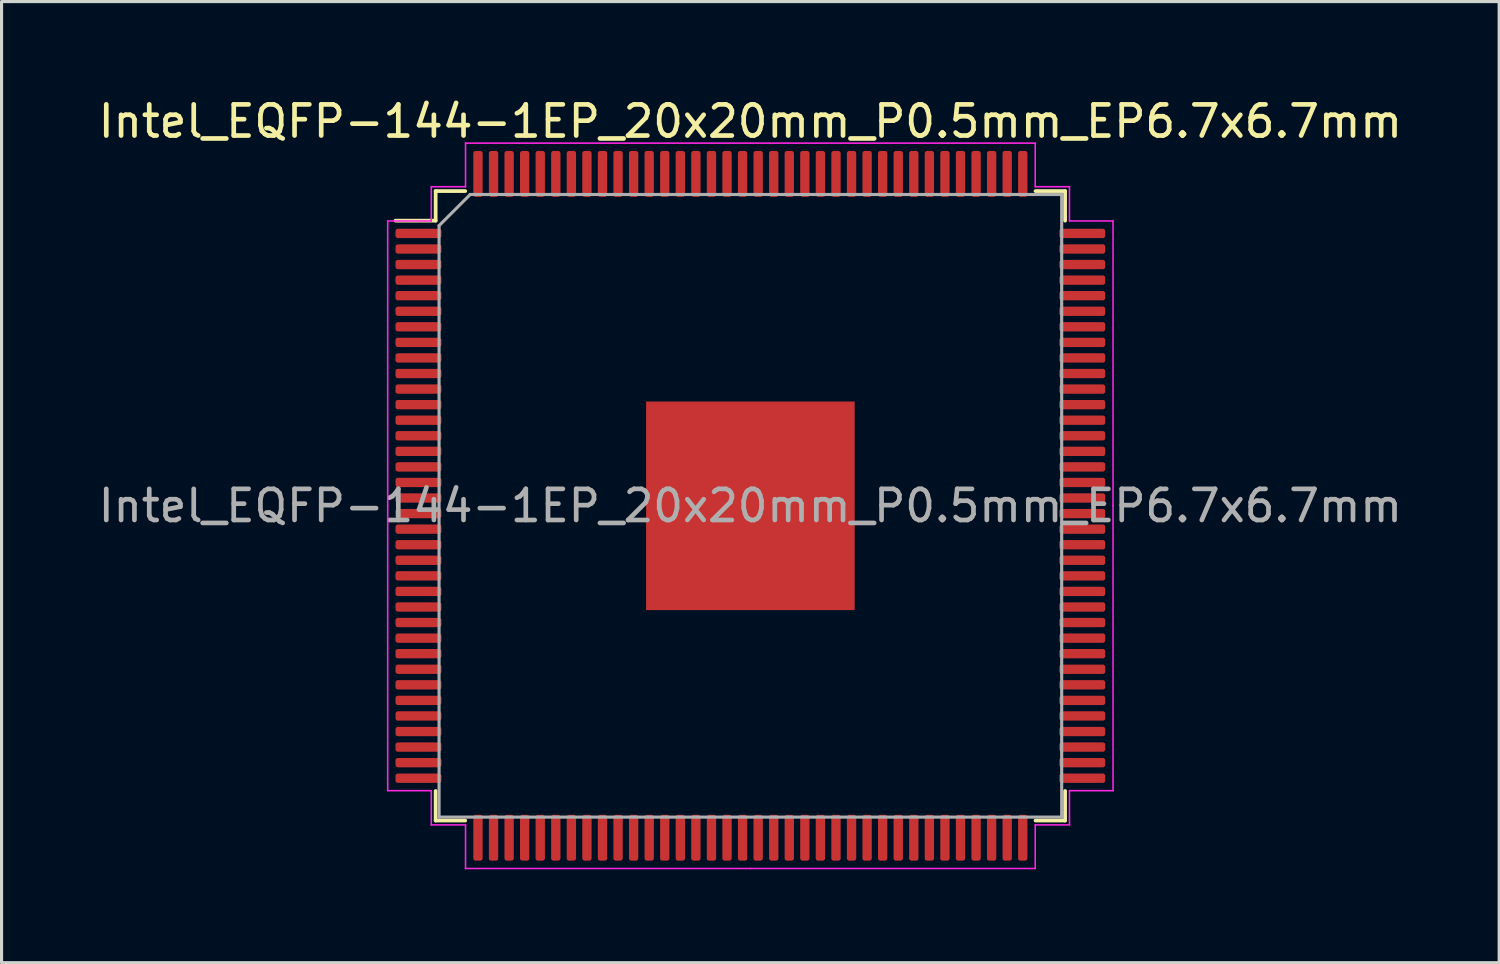
<source format=kicad_pcb>
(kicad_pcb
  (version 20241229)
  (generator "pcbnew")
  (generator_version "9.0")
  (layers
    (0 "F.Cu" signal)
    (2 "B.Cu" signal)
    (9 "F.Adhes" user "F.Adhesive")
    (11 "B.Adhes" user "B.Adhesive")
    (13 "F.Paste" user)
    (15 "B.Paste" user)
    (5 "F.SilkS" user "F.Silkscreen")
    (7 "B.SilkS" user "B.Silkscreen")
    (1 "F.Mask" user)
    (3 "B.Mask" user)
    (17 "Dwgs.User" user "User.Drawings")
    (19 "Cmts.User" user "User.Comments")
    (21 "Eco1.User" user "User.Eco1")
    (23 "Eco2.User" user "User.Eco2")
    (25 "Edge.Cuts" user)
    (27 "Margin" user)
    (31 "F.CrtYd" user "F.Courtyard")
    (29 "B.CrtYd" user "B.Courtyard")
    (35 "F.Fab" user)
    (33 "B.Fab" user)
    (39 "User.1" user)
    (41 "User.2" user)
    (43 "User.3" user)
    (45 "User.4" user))
  (footprint "Intel_EQFP-144-1EP_20x20mm_P0.5mm_EP6.7x6.7mm"
    (layer "F.Cu")
    (at 21.054 13.198)
    (property "Reference" "Intel_EQFP-144-1EP_20x20mm_P0.5mm_EP6.7x6.7mm" (at 0 -12.35 0) (layer "F.SilkS") (effects (font (size 1 1) (thickness 0.15))))
    (attr smd)
    (fp_line (start -10.11 -10.11) (end -10.11 -9.16) (stroke (width 0.12) (type solid)) (layer "F.SilkS"))
    (fp_line (start -10.11 -9.16) (end -11.4 -9.16) (stroke (width 0.12) (type solid)) (layer "F.SilkS"))
    (fp_line (start -10.11 10.11) (end -10.11 9.16) (stroke (width 0.12) (type solid)) (layer "F.SilkS"))
    (fp_line (start -9.16 -10.11) (end -10.11 -10.11) (stroke (width 0.12) (type solid)) (layer "F.SilkS"))
    (fp_line (start -9.16 10.11) (end -10.11 10.11) (stroke (width 0.12) (type solid)) (layer "F.SilkS"))
    (fp_line (start 9.16 -10.11) (end 10.11 -10.11) (stroke (width 0.12) (type solid)) (layer "F.SilkS"))
    (fp_line (start 9.16 10.11) (end 10.11 10.11) (stroke (width 0.12) (type solid)) (layer "F.SilkS"))
    (fp_line (start 10.11 -10.11) (end 10.11 -9.16) (stroke (width 0.12) (type solid)) (layer "F.SilkS"))
    (fp_line (start 10.11 10.11) (end 10.11 9.16) (stroke (width 0.12) (type solid)) (layer "F.SilkS"))
    (fp_line (start -11.65 -9.15) (end -11.65 0) (stroke (width 0.05) (type solid)) (layer "F.CrtYd"))
    (fp_line (start -11.65 9.15) (end -11.65 0) (stroke (width 0.05) (type solid)) (layer "F.CrtYd"))
    (fp_line (start -10.25 -10.25) (end -10.25 -9.15) (stroke (width 0.05) (type solid)) (layer "F.CrtYd"))
    (fp_line (start -10.25 -9.15) (end -11.65 -9.15) (stroke (width 0.05) (type solid)) (layer "F.CrtYd"))
    (fp_line (start -10.25 9.15) (end -11.65 9.15) (stroke (width 0.05) (type solid)) (layer "F.CrtYd"))
    (fp_line (start -10.25 10.25) (end -10.25 9.15) (stroke (width 0.05) (type solid)) (layer "F.CrtYd"))
    (fp_line (start -9.15 -11.65) (end -9.15 -10.25) (stroke (width 0.05) (type solid)) (layer "F.CrtYd"))
    (fp_line (start -9.15 -10.25) (end -10.25 -10.25) (stroke (width 0.05) (type solid)) (layer "F.CrtYd"))
    (fp_line (start -9.15 10.25) (end -10.25 10.25) (stroke (width 0.05) (type solid)) (layer "F.CrtYd"))
    (fp_line (start -9.15 11.65) (end -9.15 10.25) (stroke (width 0.05) (type solid)) (layer "F.CrtYd"))
    (fp_line (start 0 -11.65) (end -9.15 -11.65) (stroke (width 0.05) (type solid)) (layer "F.CrtYd"))
    (fp_line (start 0 -11.65) (end 9.15 -11.65) (stroke (width 0.05) (type solid)) (layer "F.CrtYd"))
    (fp_line (start 0 11.65) (end -9.15 11.65) (stroke (width 0.05) (type solid)) (layer "F.CrtYd"))
    (fp_line (start 0 11.65) (end 9.15 11.65) (stroke (width 0.05) (type solid)) (layer "F.CrtYd"))
    (fp_line (start 9.15 -11.65) (end 9.15 -10.25) (stroke (width 0.05) (type solid)) (layer "F.CrtYd"))
    (fp_line (start 9.15 -10.25) (end 10.25 -10.25) (stroke (width 0.05) (type solid)) (layer "F.CrtYd"))
    (fp_line (start 9.15 10.25) (end 10.25 10.25) (stroke (width 0.05) (type solid)) (layer "F.CrtYd"))
    (fp_line (start 9.15 11.65) (end 9.15 10.25) (stroke (width 0.05) (type solid)) (layer "F.CrtYd"))
    (fp_line (start 10.25 -10.25) (end 10.25 -9.15) (stroke (width 0.05) (type solid)) (layer "F.CrtYd"))
    (fp_line (start 10.25 -9.15) (end 11.65 -9.15) (stroke (width 0.05) (type solid)) (layer "F.CrtYd"))
    (fp_line (start 10.25 9.15) (end 11.65 9.15) (stroke (width 0.05) (type solid)) (layer "F.CrtYd"))
    (fp_line (start 10.25 10.25) (end 10.25 9.15) (stroke (width 0.05) (type solid)) (layer "F.CrtYd"))
    (fp_line (start 11.65 -9.15) (end 11.65 0) (stroke (width 0.05) (type solid)) (layer "F.CrtYd"))
    (fp_line (start 11.65 9.15) (end 11.65 0) (stroke (width 0.05) (type solid)) (layer "F.CrtYd"))
    (fp_line (start -10 -9) (end -9 -10) (stroke (width 0.1) (type solid)) (layer "F.Fab"))
    (fp_line (start -10 10) (end -10 -9) (stroke (width 0.1) (type solid)) (layer "F.Fab"))
    (fp_line (start -9 -10) (end 10 -10) (stroke (width 0.1) (type solid)) (layer "F.Fab"))
    (fp_line (start 10 -10) (end 10 10) (stroke (width 0.1) (type solid)) (layer "F.Fab"))
    (fp_line (start 10 10) (end -10 10) (stroke (width 0.1) (type solid)) (layer "F.Fab"))
    (fp_text user "${REFERENCE}" (at 0 0 0) (layer "F.Fab") (effects (font (size 1 1) (thickness 0.15))))
    (pad "" smd roundrect (at -2.66 -2.66) (size 1.07 1.07) (layers "F.Paste") (roundrect_rratio 0.234))
    (pad "" smd roundrect (at -2.66 -1.33) (size 1.07 1.07) (layers "F.Paste") (roundrect_rratio 0.234))
    (pad "" smd roundrect (at -2.66 0) (size 1.07 1.07) (layers "F.Paste") (roundrect_rratio 0.234))
    (pad "" smd roundrect (at -2.66 1.33) (size 1.07 1.07) (layers "F.Paste") (roundrect_rratio 0.234))
    (pad "" smd roundrect (at -2.66 2.66) (size 1.07 1.07) (layers "F.Paste") (roundrect_rratio 0.234))
    (pad "" smd roundrect (at -1.33 -2.66) (size 1.07 1.07) (layers "F.Paste") (roundrect_rratio 0.234))
    (pad "" smd roundrect (at -1.33 -1.33) (size 1.07 1.07) (layers "F.Paste") (roundrect_rratio 0.234))
    (pad "" smd roundrect (at -1.33 0) (size 1.07 1.07) (layers "F.Paste") (roundrect_rratio 0.234))
    (pad "" smd roundrect (at -1.33 1.33) (size 1.07 1.07) (layers "F.Paste") (roundrect_rratio 0.234))
    (pad "" smd roundrect (at -1.33 2.66) (size 1.07 1.07) (layers "F.Paste") (roundrect_rratio 0.234))
    (pad "" smd roundrect (at 0 -2.66) (size 1.07 1.07) (layers "F.Paste") (roundrect_rratio 0.234))
    (pad "" smd roundrect (at 0 -1.33) (size 1.07 1.07) (layers "F.Paste") (roundrect_rratio 0.234))
    (pad "" smd roundrect (at 0 0) (size 1.07 1.07) (layers "F.Paste") (roundrect_rratio 0.234))
    (pad "" smd roundrect (at 0 1.33) (size 1.07 1.07) (layers "F.Paste") (roundrect_rratio 0.234))
    (pad "" smd roundrect (at 0 2.66) (size 1.07 1.07) (layers "F.Paste") (roundrect_rratio 0.234))
    (pad "" smd roundrect (at 1.33 -2.66) (size 1.07 1.07) (layers "F.Paste") (roundrect_rratio 0.234))
    (pad "" smd roundrect (at 1.33 -1.33) (size 1.07 1.07) (layers "F.Paste") (roundrect_rratio 0.234))
    (pad "" smd roundrect (at 1.33 0) (size 1.07 1.07) (layers "F.Paste") (roundrect_rratio 0.234))
    (pad "" smd roundrect (at 1.33 1.33) (size 1.07 1.07) (layers "F.Paste") (roundrect_rratio 0.234))
    (pad "" smd roundrect (at 1.33 2.66) (size 1.07 1.07) (layers "F.Paste") (roundrect_rratio 0.234))
    (pad "" smd roundrect (at 2.66 -2.66) (size 1.07 1.07) (layers "F.Paste") (roundrect_rratio 0.234))
    (pad "" smd roundrect (at 2.66 -1.33) (size 1.07 1.07) (layers "F.Paste") (roundrect_rratio 0.234))
    (pad "" smd roundrect (at 2.66 0) (size 1.07 1.07) (layers "F.Paste") (roundrect_rratio 0.234))
    (pad "" smd roundrect (at 2.66 1.33) (size 1.07 1.07) (layers "F.Paste") (roundrect_rratio 0.234))
    (pad "" smd roundrect (at 2.66 2.66) (size 1.07 1.07) (layers "F.Paste") (roundrect_rratio 0.234))
    (pad "1" smd roundrect (at -10.662 -8.75) (size 1.475 0.3) (layers "F.Cu" "F.Mask" "F.Paste") (roundrect_rratio 0.25))
    (pad "2" smd roundrect (at -10.662 -8.25) (size 1.475 0.3) (layers "F.Cu" "F.Mask" "F.Paste") (roundrect_rratio 0.25))
    (pad "3" smd roundrect (at -10.662 -7.75) (size 1.475 0.3) (layers "F.Cu" "F.Mask" "F.Paste") (roundrect_rratio 0.25))
    (pad "4" smd roundrect (at -10.662 -7.25) (size 1.475 0.3) (layers "F.Cu" "F.Mask" "F.Paste") (roundrect_rratio 0.25))
    (pad "5" smd roundrect (at -10.662 -6.75) (size 1.475 0.3) (layers "F.Cu" "F.Mask" "F.Paste") (roundrect_rratio 0.25))
    (pad "6" smd roundrect (at -10.662 -6.25) (size 1.475 0.3) (layers "F.Cu" "F.Mask" "F.Paste") (roundrect_rratio 0.25))
    (pad "7" smd roundrect (at -10.662 -5.75) (size 1.475 0.3) (layers "F.Cu" "F.Mask" "F.Paste") (roundrect_rratio 0.25))
    (pad "8" smd roundrect (at -10.662 -5.25) (size 1.475 0.3) (layers "F.Cu" "F.Mask" "F.Paste") (roundrect_rratio 0.25))
    (pad "9" smd roundrect (at -10.662 -4.75) (size 1.475 0.3) (layers "F.Cu" "F.Mask" "F.Paste") (roundrect_rratio 0.25))
    (pad "10" smd roundrect (at -10.662 -4.25) (size 1.475 0.3) (layers "F.Cu" "F.Mask" "F.Paste") (roundrect_rratio 0.25))
    (pad "11" smd roundrect (at -10.662 -3.75) (size 1.475 0.3) (layers "F.Cu" "F.Mask" "F.Paste") (roundrect_rratio 0.25))
    (pad "12" smd roundrect (at -10.662 -3.25) (size 1.475 0.3) (layers "F.Cu" "F.Mask" "F.Paste") (roundrect_rratio 0.25))
    (pad "13" smd roundrect (at -10.662 -2.75) (size 1.475 0.3) (layers "F.Cu" "F.Mask" "F.Paste") (roundrect_rratio 0.25))
    (pad "14" smd roundrect (at -10.662 -2.25) (size 1.475 0.3) (layers "F.Cu" "F.Mask" "F.Paste") (roundrect_rratio 0.25))
    (pad "15" smd roundrect (at -10.662 -1.75) (size 1.475 0.3) (layers "F.Cu" "F.Mask" "F.Paste") (roundrect_rratio 0.25))
    (pad "16" smd roundrect (at -10.662 -1.25) (size 1.475 0.3) (layers "F.Cu" "F.Mask" "F.Paste") (roundrect_rratio 0.25))
    (pad "17" smd roundrect (at -10.662 -0.75) (size 1.475 0.3) (layers "F.Cu" "F.Mask" "F.Paste") (roundrect_rratio 0.25))
    (pad "18" smd roundrect (at -10.662 -0.25) (size 1.475 0.3) (layers "F.Cu" "F.Mask" "F.Paste") (roundrect_rratio 0.25))
    (pad "19" smd roundrect (at -10.662 0.25) (size 1.475 0.3) (layers "F.Cu" "F.Mask" "F.Paste") (roundrect_rratio 0.25))
    (pad "20" smd roundrect (at -10.662 0.75) (size 1.475 0.3) (layers "F.Cu" "F.Mask" "F.Paste") (roundrect_rratio 0.25))
    (pad "21" smd roundrect (at -10.662 1.25) (size 1.475 0.3) (layers "F.Cu" "F.Mask" "F.Paste") (roundrect_rratio 0.25))
    (pad "22" smd roundrect (at -10.662 1.75) (size 1.475 0.3) (layers "F.Cu" "F.Mask" "F.Paste") (roundrect_rratio 0.25))
    (pad "23" smd roundrect (at -10.662 2.25) (size 1.475 0.3) (layers "F.Cu" "F.Mask" "F.Paste") (roundrect_rratio 0.25))
    (pad "24" smd roundrect (at -10.662 2.75) (size 1.475 0.3) (layers "F.Cu" "F.Mask" "F.Paste") (roundrect_rratio 0.25))
    (pad "25" smd roundrect (at -10.662 3.25) (size 1.475 0.3) (layers "F.Cu" "F.Mask" "F.Paste") (roundrect_rratio 0.25))
    (pad "26" smd roundrect (at -10.662 3.75) (size 1.475 0.3) (layers "F.Cu" "F.Mask" "F.Paste") (roundrect_rratio 0.25))
    (pad "27" smd roundrect (at -10.662 4.25) (size 1.475 0.3) (layers "F.Cu" "F.Mask" "F.Paste") (roundrect_rratio 0.25))
    (pad "28" smd roundrect (at -10.662 4.75) (size 1.475 0.3) (layers "F.Cu" "F.Mask" "F.Paste") (roundrect_rratio 0.25))
    (pad "29" smd roundrect (at -10.662 5.25) (size 1.475 0.3) (layers "F.Cu" "F.Mask" "F.Paste") (roundrect_rratio 0.25))
    (pad "30" smd roundrect (at -10.662 5.75) (size 1.475 0.3) (layers "F.Cu" "F.Mask" "F.Paste") (roundrect_rratio 0.25))
    (pad "31" smd roundrect (at -10.662 6.25) (size 1.475 0.3) (layers "F.Cu" "F.Mask" "F.Paste") (roundrect_rratio 0.25))
    (pad "32" smd roundrect (at -10.662 6.75) (size 1.475 0.3) (layers "F.Cu" "F.Mask" "F.Paste") (roundrect_rratio 0.25))
    (pad "33" smd roundrect (at -10.662 7.25) (size 1.475 0.3) (layers "F.Cu" "F.Mask" "F.Paste") (roundrect_rratio 0.25))
    (pad "34" smd roundrect (at -10.662 7.75) (size 1.475 0.3) (layers "F.Cu" "F.Mask" "F.Paste") (roundrect_rratio 0.25))
    (pad "35" smd roundrect (at -10.662 8.25) (size 1.475 0.3) (layers "F.Cu" "F.Mask" "F.Paste") (roundrect_rratio 0.25))
    (pad "36" smd roundrect (at -10.662 8.75) (size 1.475 0.3) (layers "F.Cu" "F.Mask" "F.Paste") (roundrect_rratio 0.25))
    (pad "37" smd roundrect (at -8.75 10.662) (size 0.3 1.475) (layers "F.Cu" "F.Mask" "F.Paste") (roundrect_rratio 0.25))
    (pad "38" smd roundrect (at -8.25 10.662) (size 0.3 1.475) (layers "F.Cu" "F.Mask" "F.Paste") (roundrect_rratio 0.25))
    (pad "39" smd roundrect (at -7.75 10.662) (size 0.3 1.475) (layers "F.Cu" "F.Mask" "F.Paste") (roundrect_rratio 0.25))
    (pad "40" smd roundrect (at -7.25 10.662) (size 0.3 1.475) (layers "F.Cu" "F.Mask" "F.Paste") (roundrect_rratio 0.25))
    (pad "41" smd roundrect (at -6.75 10.662) (size 0.3 1.475) (layers "F.Cu" "F.Mask" "F.Paste") (roundrect_rratio 0.25))
    (pad "42" smd roundrect (at -6.25 10.662) (size 0.3 1.475) (layers "F.Cu" "F.Mask" "F.Paste") (roundrect_rratio 0.25))
    (pad "43" smd roundrect (at -5.75 10.662) (size 0.3 1.475) (layers "F.Cu" "F.Mask" "F.Paste") (roundrect_rratio 0.25))
    (pad "44" smd roundrect (at -5.25 10.662) (size 0.3 1.475) (layers "F.Cu" "F.Mask" "F.Paste") (roundrect_rratio 0.25))
    (pad "45" smd roundrect (at -4.75 10.662) (size 0.3 1.475) (layers "F.Cu" "F.Mask" "F.Paste") (roundrect_rratio 0.25))
    (pad "46" smd roundrect (at -4.25 10.662) (size 0.3 1.475) (layers "F.Cu" "F.Mask" "F.Paste") (roundrect_rratio 0.25))
    (pad "47" smd roundrect (at -3.75 10.662) (size 0.3 1.475) (layers "F.Cu" "F.Mask" "F.Paste") (roundrect_rratio 0.25))
    (pad "48" smd roundrect (at -3.25 10.662) (size 0.3 1.475) (layers "F.Cu" "F.Mask" "F.Paste") (roundrect_rratio 0.25))
    (pad "49" smd roundrect (at -2.75 10.662) (size 0.3 1.475) (layers "F.Cu" "F.Mask" "F.Paste") (roundrect_rratio 0.25))
    (pad "50" smd roundrect (at -2.25 10.662) (size 0.3 1.475) (layers "F.Cu" "F.Mask" "F.Paste") (roundrect_rratio 0.25))
    (pad "51" smd roundrect (at -1.75 10.662) (size 0.3 1.475) (layers "F.Cu" "F.Mask" "F.Paste") (roundrect_rratio 0.25))
    (pad "52" smd roundrect (at -1.25 10.662) (size 0.3 1.475) (layers "F.Cu" "F.Mask" "F.Paste") (roundrect_rratio 0.25))
    (pad "53" smd roundrect (at -0.75 10.662) (size 0.3 1.475) (layers "F.Cu" "F.Mask" "F.Paste") (roundrect_rratio 0.25))
    (pad "54" smd roundrect (at -0.25 10.662) (size 0.3 1.475) (layers "F.Cu" "F.Mask" "F.Paste") (roundrect_rratio 0.25))
    (pad "55" smd roundrect (at 0.25 10.662) (size 0.3 1.475) (layers "F.Cu" "F.Mask" "F.Paste") (roundrect_rratio 0.25))
    (pad "56" smd roundrect (at 0.75 10.662) (size 0.3 1.475) (layers "F.Cu" "F.Mask" "F.Paste") (roundrect_rratio 0.25))
    (pad "57" smd roundrect (at 1.25 10.662) (size 0.3 1.475) (layers "F.Cu" "F.Mask" "F.Paste") (roundrect_rratio 0.25))
    (pad "58" smd roundrect (at 1.75 10.662) (size 0.3 1.475) (layers "F.Cu" "F.Mask" "F.Paste") (roundrect_rratio 0.25))
    (pad "59" smd roundrect (at 2.25 10.662) (size 0.3 1.475) (layers "F.Cu" "F.Mask" "F.Paste") (roundrect_rratio 0.25))
    (pad "60" smd roundrect (at 2.75 10.662) (size 0.3 1.475) (layers "F.Cu" "F.Mask" "F.Paste") (roundrect_rratio 0.25))
    (pad "61" smd roundrect (at 3.25 10.662) (size 0.3 1.475) (layers "F.Cu" "F.Mask" "F.Paste") (roundrect_rratio 0.25))
    (pad "62" smd roundrect (at 3.75 10.662) (size 0.3 1.475) (layers "F.Cu" "F.Mask" "F.Paste") (roundrect_rratio 0.25))
    (pad "63" smd roundrect (at 4.25 10.662) (size 0.3 1.475) (layers "F.Cu" "F.Mask" "F.Paste") (roundrect_rratio 0.25))
    (pad "64" smd roundrect (at 4.75 10.662) (size 0.3 1.475) (layers "F.Cu" "F.Mask" "F.Paste") (roundrect_rratio 0.25))
    (pad "65" smd roundrect (at 5.25 10.662) (size 0.3 1.475) (layers "F.Cu" "F.Mask" "F.Paste") (roundrect_rratio 0.25))
    (pad "66" smd roundrect (at 5.75 10.662) (size 0.3 1.475) (layers "F.Cu" "F.Mask" "F.Paste") (roundrect_rratio 0.25))
    (pad "67" smd roundrect (at 6.25 10.662) (size 0.3 1.475) (layers "F.Cu" "F.Mask" "F.Paste") (roundrect_rratio 0.25))
    (pad "68" smd roundrect (at 6.75 10.662) (size 0.3 1.475) (layers "F.Cu" "F.Mask" "F.Paste") (roundrect_rratio 0.25))
    (pad "69" smd roundrect (at 7.25 10.662) (size 0.3 1.475) (layers "F.Cu" "F.Mask" "F.Paste") (roundrect_rratio 0.25))
    (pad "70" smd roundrect (at 7.75 10.662) (size 0.3 1.475) (layers "F.Cu" "F.Mask" "F.Paste") (roundrect_rratio 0.25))
    (pad "71" smd roundrect (at 8.25 10.662) (size 0.3 1.475) (layers "F.Cu" "F.Mask" "F.Paste") (roundrect_rratio 0.25))
    (pad "72" smd roundrect (at 8.75 10.662) (size 0.3 1.475) (layers "F.Cu" "F.Mask" "F.Paste") (roundrect_rratio 0.25))
    (pad "73" smd roundrect (at 10.662 8.75) (size 1.475 0.3) (layers "F.Cu" "F.Mask" "F.Paste") (roundrect_rratio 0.25))
    (pad "74" smd roundrect (at 10.662 8.25) (size 1.475 0.3) (layers "F.Cu" "F.Mask" "F.Paste") (roundrect_rratio 0.25))
    (pad "75" smd roundrect (at 10.662 7.75) (size 1.475 0.3) (layers "F.Cu" "F.Mask" "F.Paste") (roundrect_rratio 0.25))
    (pad "76" smd roundrect (at 10.662 7.25) (size 1.475 0.3) (layers "F.Cu" "F.Mask" "F.Paste") (roundrect_rratio 0.25))
    (pad "77" smd roundrect (at 10.662 6.75) (size 1.475 0.3) (layers "F.Cu" "F.Mask" "F.Paste") (roundrect_rratio 0.25))
    (pad "78" smd roundrect (at 10.662 6.25) (size 1.475 0.3) (layers "F.Cu" "F.Mask" "F.Paste") (roundrect_rratio 0.25))
    (pad "79" smd roundrect (at 10.662 5.75) (size 1.475 0.3) (layers "F.Cu" "F.Mask" "F.Paste") (roundrect_rratio 0.25))
    (pad "80" smd roundrect (at 10.662 5.25) (size 1.475 0.3) (layers "F.Cu" "F.Mask" "F.Paste") (roundrect_rratio 0.25))
    (pad "81" smd roundrect (at 10.662 4.75) (size 1.475 0.3) (layers "F.Cu" "F.Mask" "F.Paste") (roundrect_rratio 0.25))
    (pad "82" smd roundrect (at 10.662 4.25) (size 1.475 0.3) (layers "F.Cu" "F.Mask" "F.Paste") (roundrect_rratio 0.25))
    (pad "83" smd roundrect (at 10.662 3.75) (size 1.475 0.3) (layers "F.Cu" "F.Mask" "F.Paste") (roundrect_rratio 0.25))
    (pad "84" smd roundrect (at 10.662 3.25) (size 1.475 0.3) (layers "F.Cu" "F.Mask" "F.Paste") (roundrect_rratio 0.25))
    (pad "85" smd roundrect (at 10.662 2.75) (size 1.475 0.3) (layers "F.Cu" "F.Mask" "F.Paste") (roundrect_rratio 0.25))
    (pad "86" smd roundrect (at 10.662 2.25) (size 1.475 0.3) (layers "F.Cu" "F.Mask" "F.Paste") (roundrect_rratio 0.25))
    (pad "87" smd roundrect (at 10.662 1.75) (size 1.475 0.3) (layers "F.Cu" "F.Mask" "F.Paste") (roundrect_rratio 0.25))
    (pad "88" smd roundrect (at 10.662 1.25) (size 1.475 0.3) (layers "F.Cu" "F.Mask" "F.Paste") (roundrect_rratio 0.25))
    (pad "89" smd roundrect (at 10.662 0.75) (size 1.475 0.3) (layers "F.Cu" "F.Mask" "F.Paste") (roundrect_rratio 0.25))
    (pad "90" smd roundrect (at 10.662 0.25) (size 1.475 0.3) (layers "F.Cu" "F.Mask" "F.Paste") (roundrect_rratio 0.25))
    (pad "91" smd roundrect (at 10.662 -0.25) (size 1.475 0.3) (layers "F.Cu" "F.Mask" "F.Paste") (roundrect_rratio 0.25))
    (pad "92" smd roundrect (at 10.662 -0.75) (size 1.475 0.3) (layers "F.Cu" "F.Mask" "F.Paste") (roundrect_rratio 0.25))
    (pad "93" smd roundrect (at 10.662 -1.25) (size 1.475 0.3) (layers "F.Cu" "F.Mask" "F.Paste") (roundrect_rratio 0.25))
    (pad "94" smd roundrect (at 10.662 -1.75) (size 1.475 0.3) (layers "F.Cu" "F.Mask" "F.Paste") (roundrect_rratio 0.25))
    (pad "95" smd roundrect (at 10.662 -2.25) (size 1.475 0.3) (layers "F.Cu" "F.Mask" "F.Paste") (roundrect_rratio 0.25))
    (pad "96" smd roundrect (at 10.662 -2.75) (size 1.475 0.3) (layers "F.Cu" "F.Mask" "F.Paste") (roundrect_rratio 0.25))
    (pad "97" smd roundrect (at 10.662 -3.25) (size 1.475 0.3) (layers "F.Cu" "F.Mask" "F.Paste") (roundrect_rratio 0.25))
    (pad "98" smd roundrect (at 10.662 -3.75) (size 1.475 0.3) (layers "F.Cu" "F.Mask" "F.Paste") (roundrect_rratio 0.25))
    (pad "99" smd roundrect (at 10.662 -4.25) (size 1.475 0.3) (layers "F.Cu" "F.Mask" "F.Paste") (roundrect_rratio 0.25))
    (pad "100" smd roundrect (at 10.662 -4.75) (size 1.475 0.3) (layers "F.Cu" "F.Mask" "F.Paste") (roundrect_rratio 0.25))
    (pad "101" smd roundrect (at 10.662 -5.25) (size 1.475 0.3) (layers "F.Cu" "F.Mask" "F.Paste") (roundrect_rratio 0.25))
    (pad "102" smd roundrect (at 10.662 -5.75) (size 1.475 0.3) (layers "F.Cu" "F.Mask" "F.Paste") (roundrect_rratio 0.25))
    (pad "103" smd roundrect (at 10.662 -6.25) (size 1.475 0.3) (layers "F.Cu" "F.Mask" "F.Paste") (roundrect_rratio 0.25))
    (pad "104" smd roundrect (at 10.662 -6.75) (size 1.475 0.3) (layers "F.Cu" "F.Mask" "F.Paste") (roundrect_rratio 0.25))
    (pad "105" smd roundrect (at 10.662 -7.25) (size 1.475 0.3) (layers "F.Cu" "F.Mask" "F.Paste") (roundrect_rratio 0.25))
    (pad "106" smd roundrect (at 10.662 -7.75) (size 1.475 0.3) (layers "F.Cu" "F.Mask" "F.Paste") (roundrect_rratio 0.25))
    (pad "107" smd roundrect (at 10.662 -8.25) (size 1.475 0.3) (layers "F.Cu" "F.Mask" "F.Paste") (roundrect_rratio 0.25))
    (pad "108" smd roundrect (at 10.662 -8.75) (size 1.475 0.3) (layers "F.Cu" "F.Mask" "F.Paste") (roundrect_rratio 0.25))
    (pad "109" smd roundrect (at 8.75 -10.662) (size 0.3 1.475) (layers "F.Cu" "F.Mask" "F.Paste") (roundrect_rratio 0.25))
    (pad "110" smd roundrect (at 8.25 -10.662) (size 0.3 1.475) (layers "F.Cu" "F.Mask" "F.Paste") (roundrect_rratio 0.25))
    (pad "111" smd roundrect (at 7.75 -10.662) (size 0.3 1.475) (layers "F.Cu" "F.Mask" "F.Paste") (roundrect_rratio 0.25))
    (pad "112" smd roundrect (at 7.25 -10.662) (size 0.3 1.475) (layers "F.Cu" "F.Mask" "F.Paste") (roundrect_rratio 0.25))
    (pad "113" smd roundrect (at 6.75 -10.662) (size 0.3 1.475) (layers "F.Cu" "F.Mask" "F.Paste") (roundrect_rratio 0.25))
    (pad "114" smd roundrect (at 6.25 -10.662) (size 0.3 1.475) (layers "F.Cu" "F.Mask" "F.Paste") (roundrect_rratio 0.25))
    (pad "115" smd roundrect (at 5.75 -10.662) (size 0.3 1.475) (layers "F.Cu" "F.Mask" "F.Paste") (roundrect_rratio 0.25))
    (pad "116" smd roundrect (at 5.25 -10.662) (size 0.3 1.475) (layers "F.Cu" "F.Mask" "F.Paste") (roundrect_rratio 0.25))
    (pad "117" smd roundrect (at 4.75 -10.662) (size 0.3 1.475) (layers "F.Cu" "F.Mask" "F.Paste") (roundrect_rratio 0.25))
    (pad "118" smd roundrect (at 4.25 -10.662) (size 0.3 1.475) (layers "F.Cu" "F.Mask" "F.Paste") (roundrect_rratio 0.25))
    (pad "119" smd roundrect (at 3.75 -10.662) (size 0.3 1.475) (layers "F.Cu" "F.Mask" "F.Paste") (roundrect_rratio 0.25))
    (pad "120" smd roundrect (at 3.25 -10.662) (size 0.3 1.475) (layers "F.Cu" "F.Mask" "F.Paste") (roundrect_rratio 0.25))
    (pad "121" smd roundrect (at 2.75 -10.662) (size 0.3 1.475) (layers "F.Cu" "F.Mask" "F.Paste") (roundrect_rratio 0.25))
    (pad "122" smd roundrect (at 2.25 -10.662) (size 0.3 1.475) (layers "F.Cu" "F.Mask" "F.Paste") (roundrect_rratio 0.25))
    (pad "123" smd roundrect (at 1.75 -10.662) (size 0.3 1.475) (layers "F.Cu" "F.Mask" "F.Paste") (roundrect_rratio 0.25))
    (pad "124" smd roundrect (at 1.25 -10.662) (size 0.3 1.475) (layers "F.Cu" "F.Mask" "F.Paste") (roundrect_rratio 0.25))
    (pad "125" smd roundrect (at 0.75 -10.662) (size 0.3 1.475) (layers "F.Cu" "F.Mask" "F.Paste") (roundrect_rratio 0.25))
    (pad "126" smd roundrect (at 0.25 -10.662) (size 0.3 1.475) (layers "F.Cu" "F.Mask" "F.Paste") (roundrect_rratio 0.25))
    (pad "127" smd roundrect (at -0.25 -10.662) (size 0.3 1.475) (layers "F.Cu" "F.Mask" "F.Paste") (roundrect_rratio 0.25))
    (pad "128" smd roundrect (at -0.75 -10.662) (size 0.3 1.475) (layers "F.Cu" "F.Mask" "F.Paste") (roundrect_rratio 0.25))
    (pad "129" smd roundrect (at -1.25 -10.662) (size 0.3 1.475) (layers "F.Cu" "F.Mask" "F.Paste") (roundrect_rratio 0.25))
    (pad "130" smd roundrect (at -1.75 -10.662) (size 0.3 1.475) (layers "F.Cu" "F.Mask" "F.Paste") (roundrect_rratio 0.25))
    (pad "131" smd roundrect (at -2.25 -10.662) (size 0.3 1.475) (layers "F.Cu" "F.Mask" "F.Paste") (roundrect_rratio 0.25))
    (pad "132" smd roundrect (at -2.75 -10.662) (size 0.3 1.475) (layers "F.Cu" "F.Mask" "F.Paste") (roundrect_rratio 0.25))
    (pad "133" smd roundrect (at -3.25 -10.662) (size 0.3 1.475) (layers "F.Cu" "F.Mask" "F.Paste") (roundrect_rratio 0.25))
    (pad "134" smd roundrect (at -3.75 -10.662) (size 0.3 1.475) (layers "F.Cu" "F.Mask" "F.Paste") (roundrect_rratio 0.25))
    (pad "135" smd roundrect (at -4.25 -10.662) (size 0.3 1.475) (layers "F.Cu" "F.Mask" "F.Paste") (roundrect_rratio 0.25))
    (pad "136" smd roundrect (at -4.75 -10.662) (size 0.3 1.475) (layers "F.Cu" "F.Mask" "F.Paste") (roundrect_rratio 0.25))
    (pad "137" smd roundrect (at -5.25 -10.662) (size 0.3 1.475) (layers "F.Cu" "F.Mask" "F.Paste") (roundrect_rratio 0.25))
    (pad "138" smd roundrect (at -5.75 -10.662) (size 0.3 1.475) (layers "F.Cu" "F.Mask" "F.Paste") (roundrect_rratio 0.25))
    (pad "139" smd roundrect (at -6.25 -10.662) (size 0.3 1.475) (layers "F.Cu" "F.Mask" "F.Paste") (roundrect_rratio 0.25))
    (pad "140" smd roundrect (at -6.75 -10.662) (size 0.3 1.475) (layers "F.Cu" "F.Mask" "F.Paste") (roundrect_rratio 0.25))
    (pad "141" smd roundrect (at -7.25 -10.662) (size 0.3 1.475) (layers "F.Cu" "F.Mask" "F.Paste") (roundrect_rratio 0.25))
    (pad "142" smd roundrect (at -7.75 -10.662) (size 0.3 1.475) (layers "F.Cu" "F.Mask" "F.Paste") (roundrect_rratio 0.25))
    (pad "143" smd roundrect (at -8.25 -10.662) (size 0.3 1.475) (layers "F.Cu" "F.Mask" "F.Paste") (roundrect_rratio 0.25))
    (pad "144" smd roundrect (at -8.75 -10.662) (size 0.3 1.475) (layers "F.Cu" "F.Mask" "F.Paste") (roundrect_rratio 0.25))
    (pad "145" smd rect (at 0 0) (size 6.7 6.7) (layers "F.Cu" "F.Mask")))
  (gr_rect
    (start -3 -3)
    (end 45.107 27.873)
    (stroke (width 0.1) (type default))
    (fill no)
    (layer "Edge.Cuts")))
</source>
